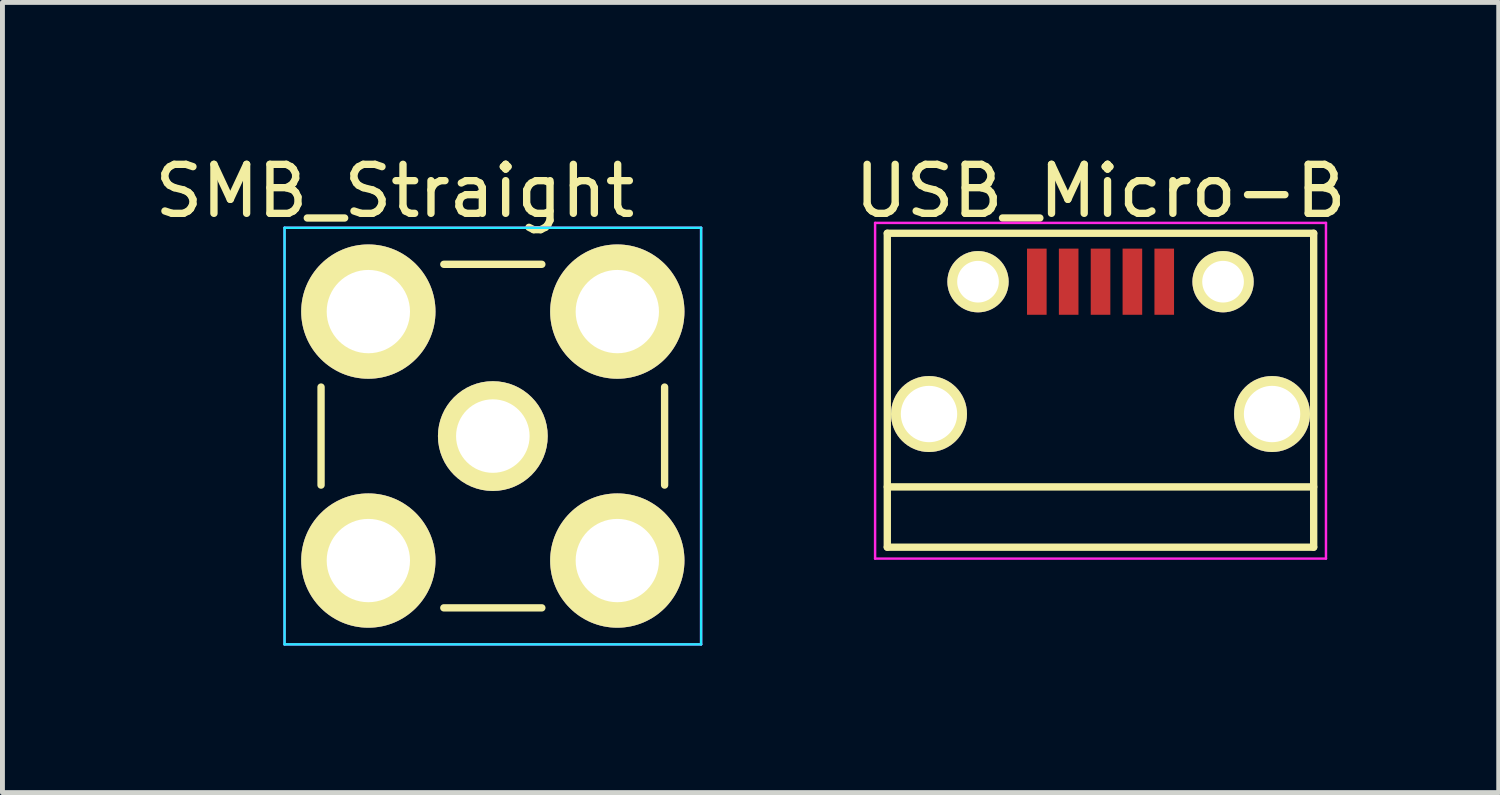
<source format=kicad_pcb>
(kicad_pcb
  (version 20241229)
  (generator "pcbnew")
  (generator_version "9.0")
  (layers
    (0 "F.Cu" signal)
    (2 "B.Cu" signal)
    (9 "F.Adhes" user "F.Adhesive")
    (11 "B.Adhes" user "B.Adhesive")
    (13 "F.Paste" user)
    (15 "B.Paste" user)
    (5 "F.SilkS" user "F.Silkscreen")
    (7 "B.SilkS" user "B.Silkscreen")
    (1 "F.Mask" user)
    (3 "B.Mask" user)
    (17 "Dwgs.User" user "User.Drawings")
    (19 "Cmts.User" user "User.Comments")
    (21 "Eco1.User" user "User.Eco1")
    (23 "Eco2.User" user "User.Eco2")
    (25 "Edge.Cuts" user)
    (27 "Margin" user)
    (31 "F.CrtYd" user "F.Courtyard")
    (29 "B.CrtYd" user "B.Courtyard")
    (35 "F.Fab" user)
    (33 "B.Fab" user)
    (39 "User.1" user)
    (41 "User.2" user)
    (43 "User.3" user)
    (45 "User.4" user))
  (footprint "USB_Micro-B"
    (layer "F.Cu")
    (at 19.406 5.398)
    (property "Reference" "USB_Micro-B" (at 0 -4.55 0) (layer "F.SilkS") (effects (font (size 1 1) (thickness 0.15))))
    (attr smd)
    (fp_line (start -4.351 -3.688) (end 4.349 -3.688) (stroke (width 0.15) (type solid)) (layer "F.SilkS"))
    (fp_line (start -4.351 2.717) (end -4.351 -3.688) (stroke (width 0.15) (type solid)) (layer "F.SilkS"))
    (fp_line (start -4.351 2.717) (end 4.349 2.717) (stroke (width 0.15) (type solid)) (layer "F.SilkS"))
    (fp_line (start 4.349 -3.688) (end 4.349 2.717) (stroke (width 0.15) (type solid)) (layer "F.SilkS"))
    (fp_line (start 4.349 1.487) (end -4.351 1.487) (stroke (width 0.15) (type solid)) (layer "F.SilkS"))
    (fp_line (start -4.6 -3.9) (end 4.6 -3.9) (stroke (width 0.05) (type solid)) (layer "F.CrtYd"))
    (fp_line (start -4.6 2.95) (end -4.6 -3.9) (stroke (width 0.05) (type solid)) (layer "F.CrtYd"))
    (fp_line (start 4.6 -3.9) (end 4.6 2.95) (stroke (width 0.05) (type solid)) (layer "F.CrtYd"))
    (fp_line (start 4.6 2.95) (end -4.6 2.95) (stroke (width 0.05) (type solid)) (layer "F.CrtYd"))
    (pad "1" smd rect (at -1.3 -2.7 90) (size 1.35 0.4) (layers "F.Cu" "F.Mask" "F.Paste"))
    (pad "2" smd rect (at -0.65 -2.7 90) (size 1.35 0.4) (layers "F.Cu" "F.Mask" "F.Paste"))
    (pad "3" smd rect (at 0 -2.7 90) (size 1.35 0.4) (layers "F.Cu" "F.Mask" "F.Paste"))
    (pad "4" smd rect (at 0.65 -2.7 90) (size 1.35 0.4) (layers "F.Cu" "F.Mask" "F.Paste"))
    (pad "5" smd rect (at 1.3 -2.7 90) (size 1.35 0.4) (layers "F.Cu" "F.Mask" "F.Paste"))
    (pad "6" thru_hole circle (at -3.5 0 90) (size 1.55 1.55) (drill 1.15) (layers "*.Cu" "*.Mask" "F.SilkS"))
    (pad "6" thru_hole circle (at -2.5 -2.7 90) (size 1.25 1.25) (drill 0.85) (layers "*.Cu" "*.Mask" "F.SilkS"))
    (pad "6" thru_hole circle (at 2.5 -2.7 90) (size 1.25 1.25) (drill 0.85) (layers "*.Cu" "*.Mask" "F.SilkS"))
    (pad "6" thru_hole circle (at 3.5 0 90) (size 1.55 1.55) (drill 1.15) (layers "*.Cu" "*.Mask" "F.SilkS")))
  (footprint "SMB_Straight"
    (layer "F.Cu")
    (at 7.006 5.848)
    (property "Reference" "SMB_Straight" (at -2 -5 0) (layer "F.SilkS") (effects (font (size 1 1) (thickness 0.15))))
    (attr through_hole)
    (fp_line (start -3.505 1) (end -3.505 -1) (stroke (width 0.15) (type solid)) (layer "F.SilkS"))
    (fp_line (start -1 -3.505) (end 1 -3.505) (stroke (width 0.15) (type solid)) (layer "F.SilkS"))
    (fp_line (start 1 3.505) (end -1 3.505) (stroke (width 0.15) (type solid)) (layer "F.SilkS"))
    (fp_line (start 3.505 -1) (end 3.505 1) (stroke (width 0.15) (type solid)) (layer "F.SilkS"))
    (fp_line (start -4.25 -4.25) (end 4.25 -4.25) (stroke (width 0.05) (type solid)) (layer "B.CrtYd"))
    (fp_line (start -4.25 4.25) (end -4.25 -4.25) (stroke (width 0.05) (type solid)) (layer "B.CrtYd"))
    (fp_line (start 4.25 -4.25) (end 4.25 4.25) (stroke (width 0.05) (type solid)) (layer "B.CrtYd"))
    (fp_line (start 4.25 4.25) (end -4.25 4.25) (stroke (width 0.05) (type solid)) (layer "B.CrtYd"))
    (fp_line (start -4.25 -4.25) (end 4.25 -4.25) (stroke (width 0.05) (type solid)) (layer "F.CrtYd"))
    (fp_line (start -4.25 4.25) (end -4.25 -4.25) (stroke (width 0.05) (type solid)) (layer "F.CrtYd"))
    (fp_line (start 4.25 -4.25) (end 4.25 4.25) (stroke (width 0.05) (type solid)) (layer "F.CrtYd"))
    (fp_line (start 4.25 4.25) (end -4.25 4.25) (stroke (width 0.05) (type solid)) (layer "F.CrtYd"))
    (pad "1" thru_hole circle (at 0 0) (size 2.24 2.24) (drill 1.5) (layers "*.Cu" "*.Mask" "F.SilkS"))
    (pad "2" thru_hole circle (at -2.54 -2.54) (size 2.74 2.74) (drill 1.7) (layers "*.Cu" "*.Mask" "F.SilkS"))
    (pad "2" thru_hole circle (at -2.54 2.54) (size 2.74 2.74) (drill 1.7) (layers "*.Cu" "*.Mask" "F.SilkS"))
    (pad "2" thru_hole circle (at 2.54 -2.54) (size 2.74 2.74) (drill 1.7) (layers "*.Cu" "*.Mask" "F.SilkS"))
    (pad "2" thru_hole circle (at 2.54 2.54) (size 2.74 2.74) (drill 1.7) (layers "*.Cu" "*.Mask" "F.SilkS")))
  (gr_rect
    (start -3 -3)
    (end 27.531 13.123)
    (stroke (width 0.1) (type default))
    (fill no)
    (layer "Edge.Cuts")))
</source>
